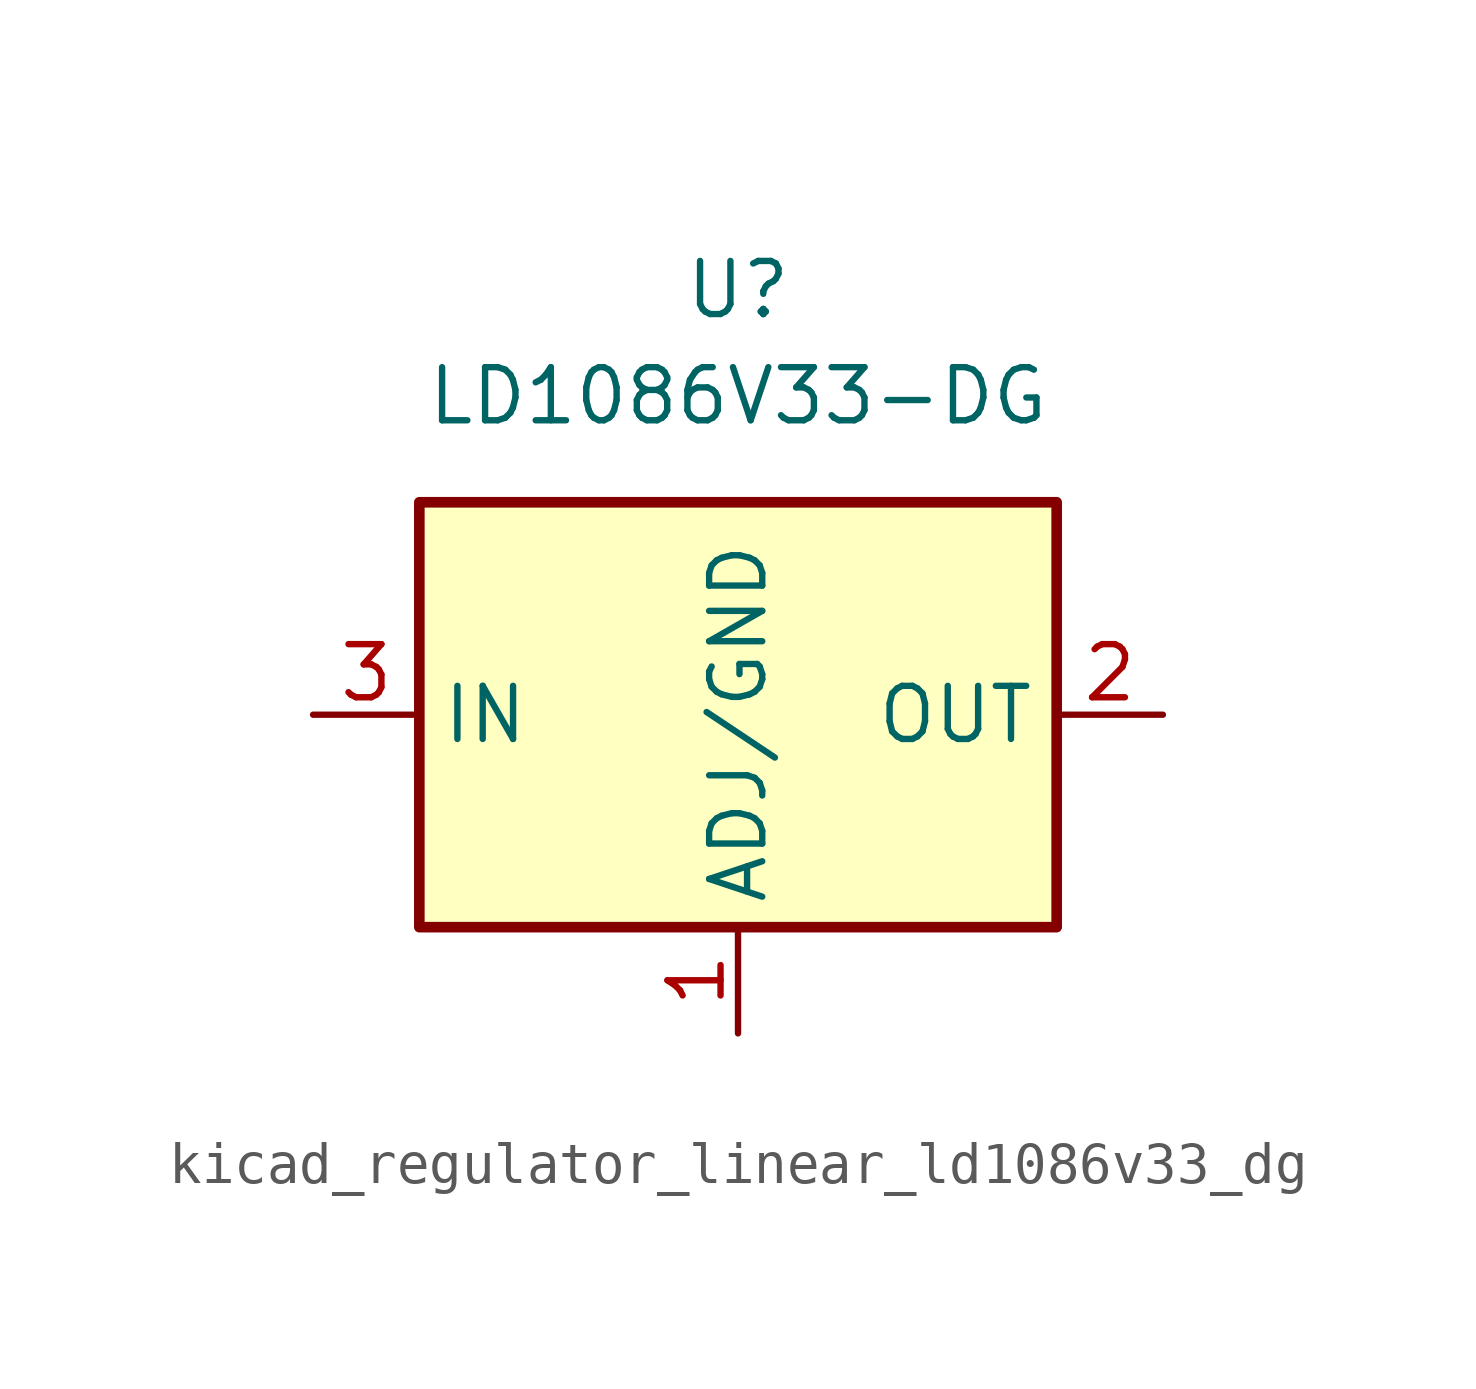
<source format=kicad_sym>
(kicad_symbol_lib
  (version 20220914)
  (generator kicad_symbol_editor)
  (symbol "kicad_regulator_linear_ld1086v33_dg"
    (property "Reference" "U"
      (at 0 10.16 0)
      (effects (font (size 1.27 1.27))))
    (property "Value" "LD1086V33-DG"
      (at 0 7.62 0)
      (effects (font (size 1.27 1.27))))
    (symbol "kicad_regulator_linear_ld1086v33_dg_1_1"
      (rectangle (start -7.62 -5.08) (end 7.62 5.08) (stroke (width 0.254) (type default)) (fill (type background)))
      (pin input line (at 0 -7.62 90) (length 2.54) (name "ADJ/GND" (effects (font (size 1.27 1.27)))) (number "1" (effects (font (size 1.27 1.27)))))
      (pin power_out line (at 10.16 0 180) (length 2.54) (name "OUT" (effects (font (size 1.27 1.27)))) (number "2" (effects (font (size 1.27 1.27)))))
      (pin power_in line (at -10.16 0 0) (length 2.54) (name "IN" (effects (font (size 1.27 1.27)))) (number "3" (effects (font (size 1.27 1.27))))))))
</source>
